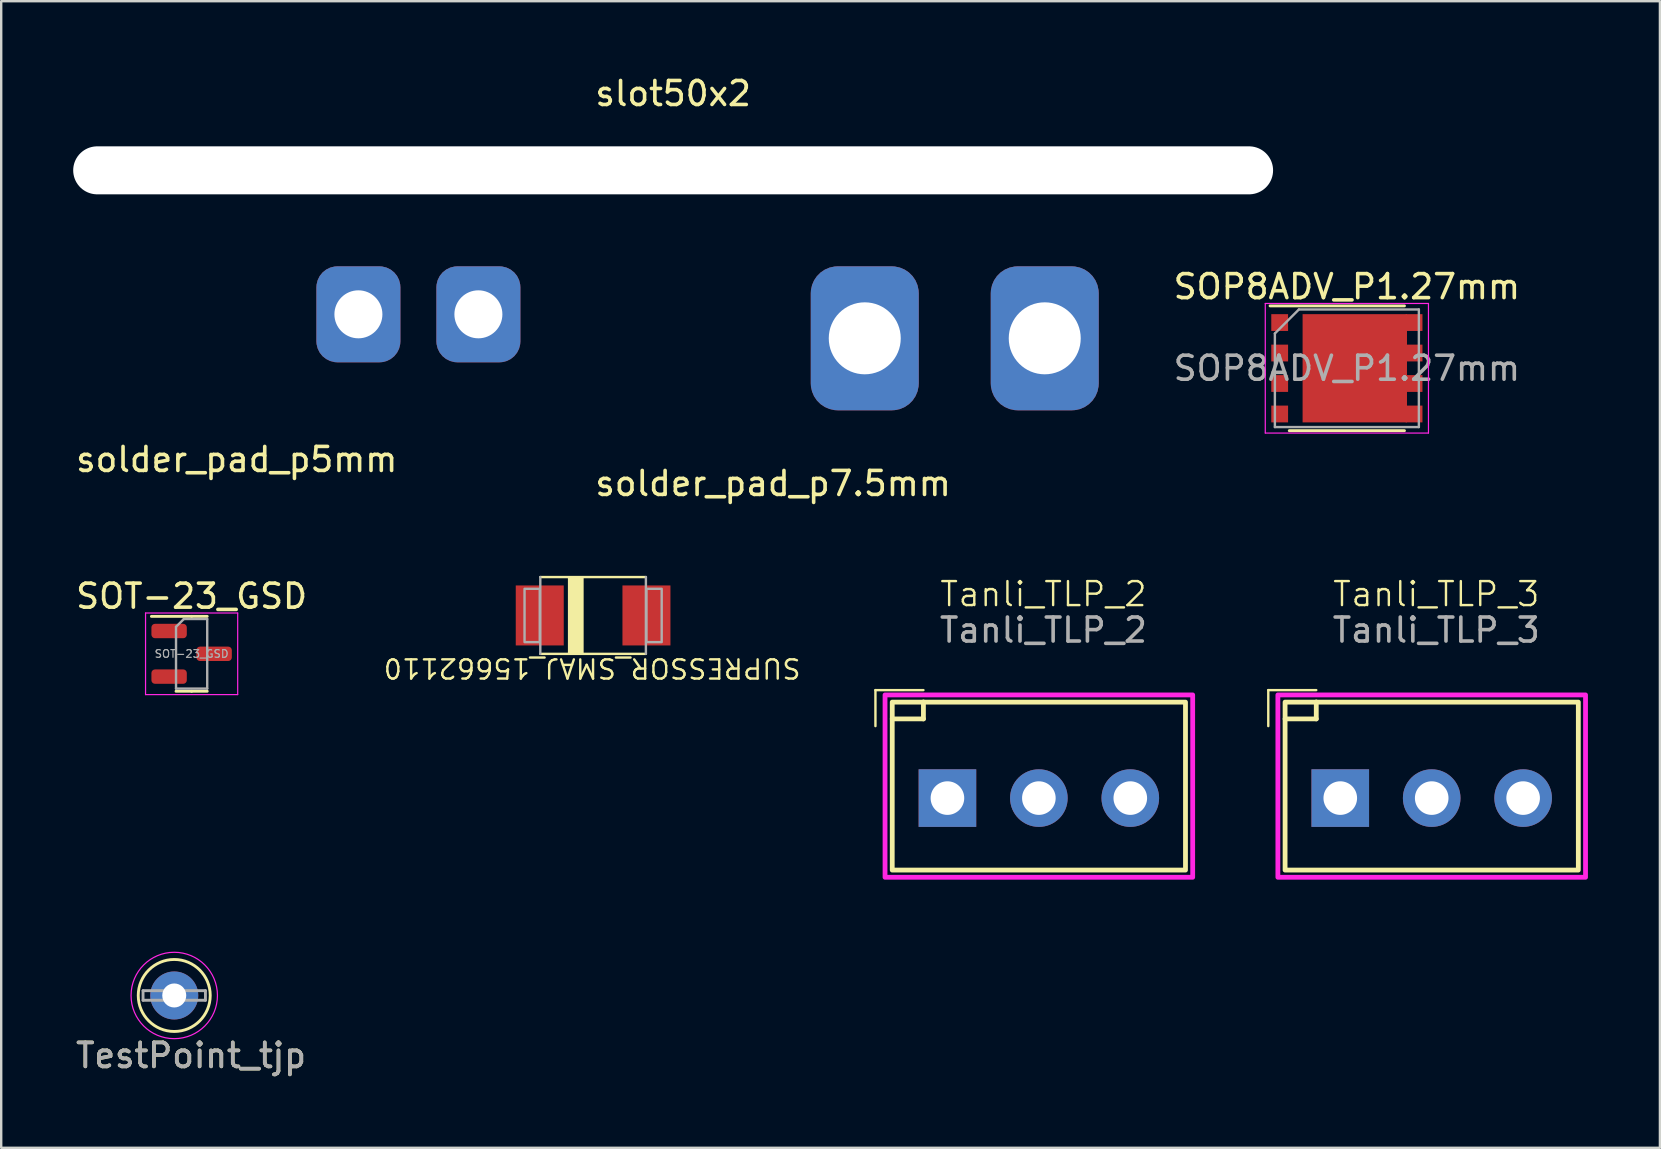
<source format=kicad_pcb>
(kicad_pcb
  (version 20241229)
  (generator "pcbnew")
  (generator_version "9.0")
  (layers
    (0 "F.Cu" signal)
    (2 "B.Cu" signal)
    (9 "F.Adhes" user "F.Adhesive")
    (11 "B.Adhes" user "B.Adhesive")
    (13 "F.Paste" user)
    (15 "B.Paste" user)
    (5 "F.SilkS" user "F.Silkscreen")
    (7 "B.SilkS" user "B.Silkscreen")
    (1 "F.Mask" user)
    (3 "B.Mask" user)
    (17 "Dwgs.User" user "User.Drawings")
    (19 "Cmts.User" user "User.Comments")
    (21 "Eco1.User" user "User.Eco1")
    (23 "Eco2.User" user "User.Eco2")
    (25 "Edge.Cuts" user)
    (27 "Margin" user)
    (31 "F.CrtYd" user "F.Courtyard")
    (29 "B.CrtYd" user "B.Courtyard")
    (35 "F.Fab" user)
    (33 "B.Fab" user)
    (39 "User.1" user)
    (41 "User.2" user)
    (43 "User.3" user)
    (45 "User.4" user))
  (footprint "SOP8ADV_P1.27mm"
    (layer "F.Cu")
    (at 53.075 12.296)
    (property "Reference" "SOP8ADV_P1.27mm" (at 0 -3.4 0) (layer "F.SilkS") (effects (font (size 1 1) (thickness 0.15))))
    (attr smd)
    (fp_line (start 2.4 -2.6) (end -3.2 -2.6) (stroke (width 0.12) (type solid)) (layer "F.SilkS"))
    (fp_line (start 2.4 2.6) (end -2.4 2.6) (stroke (width 0.12) (type solid)) (layer "F.SilkS"))
    (fp_line (start -3.4 -2.7) (end 3.4 -2.7) (stroke (width 0.05) (type solid)) (layer "F.CrtYd"))
    (fp_line (start -3.4 2.7) (end -3.4 -2.7) (stroke (width 0.05) (type solid)) (layer "F.CrtYd"))
    (fp_line (start 3.4 -2.7) (end 3.4 2.7) (stroke (width 0.05) (type solid)) (layer "F.CrtYd"))
    (fp_line (start 3.4 2.7) (end -3.4 2.7) (stroke (width 0.05) (type solid)) (layer "F.CrtYd"))
    (fp_line (start -3 -1.45) (end -3 2.45) (stroke (width 0.1) (type solid)) (layer "F.Fab"))
    (fp_line (start -2 -2.45) (end -3 -1.45) (stroke (width 0.1) (type solid)) (layer "F.Fab"))
    (fp_line (start -2 -2.45) (end 3 -2.45) (stroke (width 0.1) (type solid)) (layer "F.Fab"))
    (fp_line (start 3 -2.45) (end 3 2.45) (stroke (width 0.1) (type solid)) (layer "F.Fab"))
    (fp_line (start 3 2.45) (end -3 2.45) (stroke (width 0.1) (type solid)) (layer "F.Fab"))
    (fp_text user "${REFERENCE}" (at 0 0 0) (layer "F.Fab") (effects (font (size 1 1) (thickness 0.15))))
    (pad "" smd rect (at -0.797 -1.095) (size 1.235 1.57) (layers "F.Paste"))
    (pad "" smd rect (at -0.797 1.095) (size 1.235 1.57) (layers "F.Paste"))
    (pad "" smd rect (at 1.113 -1.095) (size 1.585 1.57) (layers "F.Paste"))
    (pad "" smd rect (at 1.113 1.095) (size 1.585 1.57) (layers "F.Paste"))
    (pad "1" smd rect (at -2.8 -1.905) (size 0.7 0.7) (layers "F.Cu" "F.Mask" "F.Paste"))
    (pad "1" smd rect (at -2.8 -0.635) (size 0.7 0.7) (layers "F.Cu" "F.Mask" "F.Paste"))
    (pad "1" smd rect (at -2.8 0.635) (size 0.7 0.7) (layers "F.Cu" "F.Mask" "F.Paste"))
    (pad "2" smd rect (at -2.8 1.905) (size 0.7 0.7) (layers "F.Cu" "F.Mask" "F.Paste"))
    (pad "3" smd rect (at 0.33 0) (size 4.35 4.51) (layers "F.Cu" "F.Mask"))
    (pad "3" smd rect (at 2.8 -1.905) (size 0.7 0.7) (layers "F.Cu" "F.Mask" "F.Paste"))
    (pad "3" smd rect (at 2.8 -0.635) (size 0.7 0.7) (layers "F.Cu" "F.Mask" "F.Paste"))
    (pad "3" smd rect (at 2.8 0.635) (size 0.7 0.7) (layers "F.Cu" "F.Mask" "F.Paste"))
    (pad "3" smd rect (at 2.8 1.905) (size 0.7 0.7) (layers "F.Cu" "F.Mask" "F.Paste")))
  (footprint "SUPRESSOR_SMAJ_15662110"
    (layer "F.Cu")
    (at 21.665 22.596)
    (property "Reference" "SUPRESSOR_SMAJ_15662110" (at -0.04 2.195 180) (unlocked yes) (layer "F.SilkS") (effects (font (size 0.8 0.8) (thickness 0.1))))
    (fp_line (start -2.2 -1.6) (end 2.2 -1.6) (stroke (width 0.1) (type solid)) (layer "F.SilkS"))
    (fp_line (start -2.2 1.6) (end 2.2 1.6) (stroke (width 0.1) (type solid)) (layer "F.SilkS"))
    (fp_poly (pts (xy -1 1.587) (xy -0.444 1.587) (xy -0.444 -1.587) (xy -1 -1.587)) (stroke (width 0.1) (type default)) (fill yes) (layer "F.SilkS"))
    (fp_line (start -2.2 -1.6) (end -2.2 1.6) (stroke (width 0.1) (type solid)) (layer "F.Fab"))
    (fp_line (start 2.2 -1.6) (end 2.2 1.6) (stroke (width 0.1) (type solid)) (layer "F.Fab"))
    (fp_poly (pts (xy -2.857 1.111) (xy -2.223 1.111) (xy -2.223 -1.111) (xy -2.857 -1.111)) (stroke (width 0.1) (type default)) (fill no) (layer "F.Fab"))
    (fp_poly (pts (xy 2.223 1.111) (xy 2.858 1.111) (xy 2.858 -1.111) (xy 2.223 -1.111)) (stroke (width 0.1) (type default)) (fill no) (layer "F.Fab"))
    (pad "A" smd rect (at 2.223 0) (size 2 2.5) (layers "F.Cu" "F.Mask" "F.Paste"))
    (pad "C" smd rect (at -2.223 0) (size 2 2.5) (layers "F.Cu" "F.Mask" "F.Paste")))
  (footprint "solder_pad_p7.5mm"
    (layer "F.Cu")
    (at 36.735 11.048)
    (property "Reference" "solder_pad_p7.5mm" (at -7.57 6.05 0) (layer "F.SilkS") (effects (font (size 1 1) (thickness 0.15))))
    (attr through_hole)
    (pad "1" thru_hole roundrect (at -3.75 0) (size 4.5 6) (drill 3) (layers "*.Cu" "*.Mask") (roundrect_rratio 0.25))
    (pad "2" thru_hole roundrect (at 3.75 0) (size 4.5 6) (drill 3) (layers "*.Cu" "*.Mask") (roundrect_rratio 0.25)))
  (footprint "Tanli_TLP_3"
    (layer "F.Cu")
    (at 52.8 30.207)
    (property "Reference" "Tanli_TLP_3" (at 4 -8.5 0) (unlocked yes) (layer "F.SilkS") (effects (font (size 1 1) (thickness 0.1))))
    (attr through_hole)
    (fp_line (start -3 -4.5) (end -1 -4.5) (stroke (width 0.1) (type default)) (layer "F.SilkS"))
    (fp_line (start -3 -3) (end -3 -4.5) (stroke (width 0.1) (type default)) (layer "F.SilkS"))
    (fp_line (start -1 -4) (end -1 -4) (stroke (width 0.2) (type default)) (layer "F.SilkS"))
    (fp_line (start -1 -3.3) (end -2.3 -3.3) (stroke (width 0.2) (type default)) (layer "F.SilkS"))
    (fp_line (start -1 -3.3) (end -1 -4) (stroke (width 0.2) (type default)) (layer "F.SilkS"))
    (fp_rect (start -2.3 -4) (end 9.92 3) (stroke (width 0.2) (type default)) (fill no) (layer "F.SilkS"))
    (fp_rect (start -2.6 -4.3) (end 10.22 3.3) (stroke (width 0.2) (type default)) (fill no) (layer "F.CrtYd"))
    (fp_text user "${REFERENCE}" (at 4 -7 0) (unlocked yes) (layer "F.Fab") (effects (font (size 1 1) (thickness 0.15))))
    (pad "1" thru_hole rect (at 0 0) (size 2.4 2.4) (drill 1.4) (layers "*.Cu" "*.Mask"))
    (pad "2" thru_hole circle (at 3.81 0) (size 2.4 2.4) (drill 1.4) (layers "*.Cu" "*.Mask"))
    (pad "3" thru_hole circle (at 7.62 0) (size 2.4 2.4) (drill 1.4) (layers "*.Cu" "*.Mask")))
  (footprint "Tanli_TLP_2"
    (layer "F.Cu")
    (at 36.43 30.207)
    (property "Reference" "Tanli_TLP_2" (at 4 -8.5 0) (unlocked yes) (layer "F.SilkS") (effects (font (size 1 1) (thickness 0.1))))
    (attr through_hole)
    (fp_line (start -3 -4.5) (end -1 -4.5) (stroke (width 0.1) (type default)) (layer "F.SilkS"))
    (fp_line (start -3 -3) (end -3 -4.5) (stroke (width 0.1) (type default)) (layer "F.SilkS"))
    (fp_line (start -1 -4) (end -1 -4) (stroke (width 0.2) (type default)) (layer "F.SilkS"))
    (fp_line (start -1 -3.3) (end -2.3 -3.3) (stroke (width 0.2) (type default)) (layer "F.SilkS"))
    (fp_line (start -1 -3.3) (end -1 -4) (stroke (width 0.2) (type default)) (layer "F.SilkS"))
    (fp_rect (start -2.3 -4) (end 9.92 3) (stroke (width 0.2) (type default)) (fill no) (layer "F.SilkS"))
    (fp_rect (start -2.6 -4.3) (end 10.22 3.3) (stroke (width 0.2) (type default)) (fill no) (layer "F.CrtYd"))
    (fp_text user "${REFERENCE}" (at 4 -7 0) (unlocked yes) (layer "F.Fab") (effects (font (size 1 1) (thickness 0.15))))
    (pad "1" thru_hole rect (at 0 0) (size 2.4 2.4) (drill 1.4) (layers "*.Cu" "*.Mask"))
    (pad "2" thru_hole circle (at 3.81 0) (size 2.4 2.4) (drill 1.4) (layers "*.Cu" "*.Mask"))
    (pad "3" thru_hole circle (at 7.62 0) (size 2.4 2.4) (drill 1.4) (layers "*.Cu" "*.Mask")))
  (footprint "solder_pad_p5mm"
    (layer "F.Cu")
    (at 14.385 10.048)
    (property "Reference" "solder_pad_p5mm" (at -7.57 6.05 0) (layer "F.SilkS") (effects (font (size 1 1) (thickness 0.15))))
    (attr through_hole)
    (pad "1" thru_hole roundrect (at -2.5 0) (size 3.5 4) (drill 2) (layers "*.Cu" "*.Mask") (roundrect_rratio 0.25))
    (pad "2" thru_hole roundrect (at 2.5 0) (size 3.5 4) (drill 2) (layers "*.Cu" "*.Mask") (roundrect_rratio 0.25)))
  (footprint "SOT-23_GSD"
    (layer "F.Cu")
    (at 4.935 24.195)
    (property "Reference" "SOT-23_GSD" (at 0 -2.4 0) (layer "F.SilkS") (effects (font (size 1 1) (thickness 0.15))))
    (attr smd)
    (fp_line (start 0 -1.56) (end -1.675 -1.56) (stroke (width 0.12) (type solid)) (layer "F.SilkS"))
    (fp_line (start 0 -1.56) (end 0.65 -1.56) (stroke (width 0.12) (type solid)) (layer "F.SilkS"))
    (fp_line (start 0 1.56) (end -0.65 1.56) (stroke (width 0.12) (type solid)) (layer "F.SilkS"))
    (fp_line (start 0 1.56) (end 0.65 1.56) (stroke (width 0.12) (type solid)) (layer "F.SilkS"))
    (fp_line (start -1.92 -1.7) (end -1.92 1.7) (stroke (width 0.05) (type solid)) (layer "F.CrtYd"))
    (fp_line (start -1.92 1.7) (end 1.92 1.7) (stroke (width 0.05) (type solid)) (layer "F.CrtYd"))
    (fp_line (start 1.92 -1.7) (end -1.92 -1.7) (stroke (width 0.05) (type solid)) (layer "F.CrtYd"))
    (fp_line (start 1.92 1.7) (end 1.92 -1.7) (stroke (width 0.05) (type solid)) (layer "F.CrtYd"))
    (fp_line (start -0.65 -1.125) (end -0.325 -1.45) (stroke (width 0.1) (type solid)) (layer "F.Fab"))
    (fp_line (start -0.65 1.45) (end -0.65 -1.125) (stroke (width 0.1) (type solid)) (layer "F.Fab"))
    (fp_line (start -0.325 -1.45) (end 0.65 -1.45) (stroke (width 0.1) (type solid)) (layer "F.Fab"))
    (fp_line (start 0.65 -1.45) (end 0.65 1.45) (stroke (width 0.1) (type solid)) (layer "F.Fab"))
    (fp_line (start 0.65 1.45) (end -0.65 1.45) (stroke (width 0.1) (type solid)) (layer "F.Fab"))
    (fp_text user "${REFERENCE}" (at 0 0 0) (layer "F.Fab") (effects (font (size 0.32 0.32) (thickness 0.05))))
    (pad "1" smd roundrect (at -0.938 -0.95) (size 1.475 0.6) (layers "F.Cu" "F.Mask" "F.Paste") (roundrect_rratio 0.25))
    (pad "2" smd roundrect (at -0.938 0.95) (size 1.475 0.6) (layers "F.Cu" "F.Mask" "F.Paste") (roundrect_rratio 0.25))
    (pad "3" smd roundrect (at 0.938 0) (size 1.475 0.6) (layers "F.Cu" "F.Mask" "F.Paste") (roundrect_rratio 0.25)))
  (footprint "TestPoint_tjp"
    (layer "F.Cu")
    (at 4.211 38.432)
    (property "Reference" "TestPoint_tjp" (at 0.7 2.5 0) (layer "F.SilkS") (effects (font (size 1 1) (thickness 0.15))))
    (attr through_hole)
    (fp_circle (center 0 0) (end 1.5 0) (stroke (width 0.12) (type solid)) (fill no) (layer "F.SilkS"))
    (fp_circle (center 0 0) (end 1.8 0) (stroke (width 0.05) (type solid)) (fill no) (layer "F.CrtYd"))
    (fp_line (start -1.3 -0.2) (end -1.3 0.2) (stroke (width 0.12) (type solid)) (layer "F.Fab"))
    (fp_line (start -1.3 0.2) (end 1.3 0.2) (stroke (width 0.12) (type solid)) (layer "F.Fab"))
    (fp_line (start 1.3 -0.2) (end -1.3 -0.2) (stroke (width 0.12) (type solid)) (layer "F.Fab"))
    (fp_line (start 1.3 0.2) (end 1.3 -0.2) (stroke (width 0.12) (type solid)) (layer "F.Fab"))
    (fp_text user "${REFERENCE}" (at 0.7 2.5 0) (layer "F.Fab") (effects (font (size 1 1) (thickness 0.15))))
    (pad "1" thru_hole circle (at 0 0) (size 2 2) (drill 1) (layers "*.Cu" "*.Mask")))
  (footprint "slot50x2"
    (layer "F.Cu")
    (at 25 4.048)
    (property "Reference" "slot50x2" (at 0 -3.2 0) (layer "F.SilkS") (effects (font (size 1 1) (thickness 0.15))))
    (attr exclude_from_pos_files exclude_from_bom)
    (fp_text user "${REFERENCE}" (at 0 0 0) (layer "F.Fab") (effects (font (size 1 1) (thickness 0.15))))
    (pad "" np_thru_hole oval (at 0 0) (size 50 2) (drill oval 50 2) (layers "*.Cu" "*.Mask")))
  (gr_rect
    (start -3 -3)
    (end 66.12 44.78)
    (stroke (width 0.1) (type default))
    (fill no)
    (layer "Edge.Cuts")))
</source>
